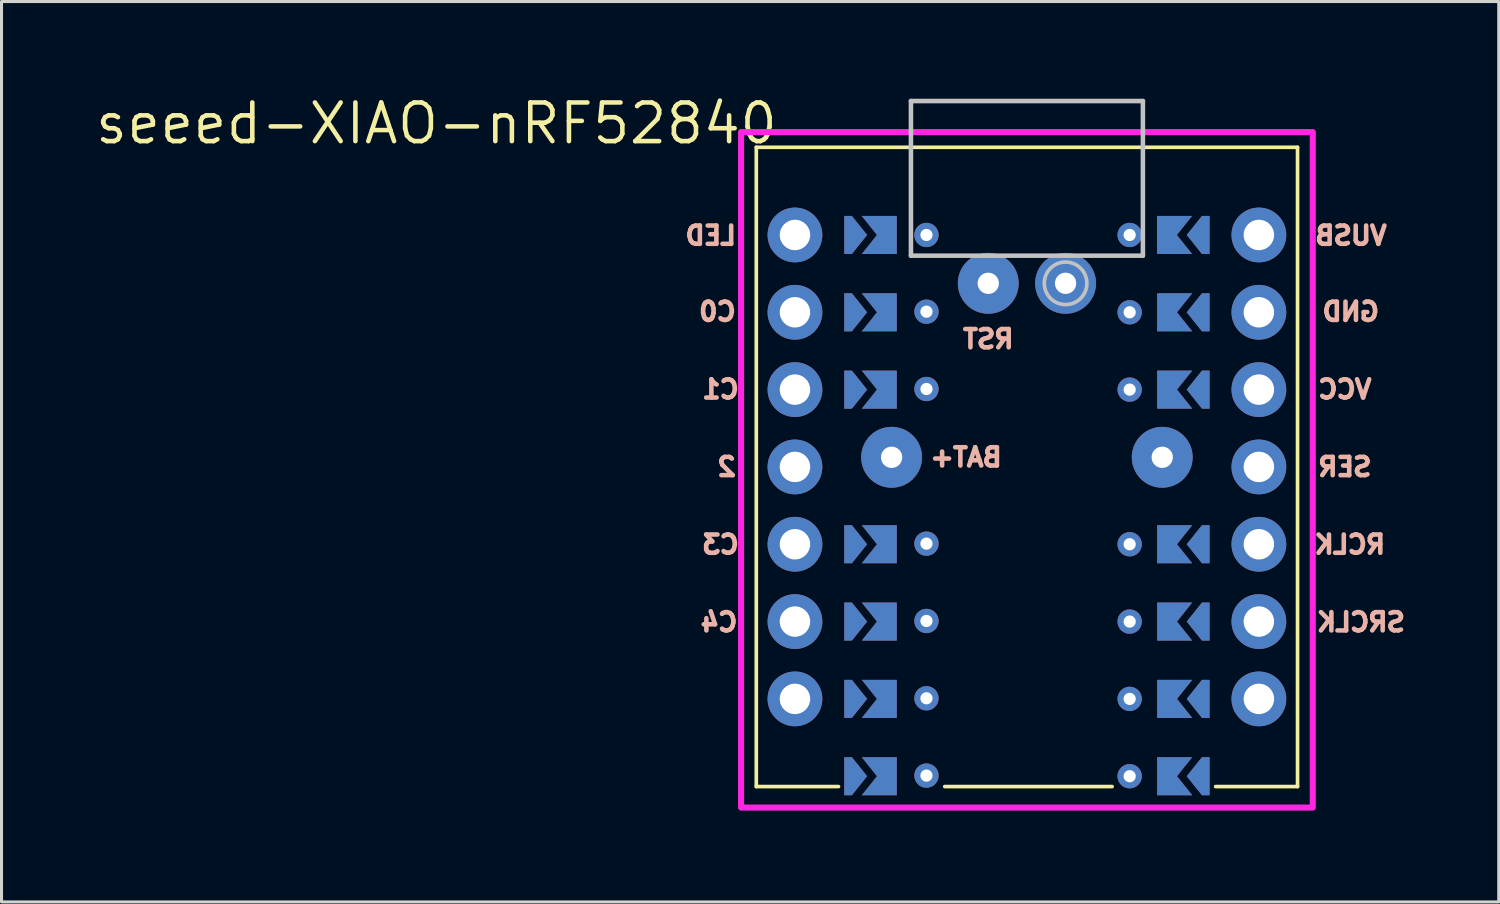
<source format=kicad_pcb>
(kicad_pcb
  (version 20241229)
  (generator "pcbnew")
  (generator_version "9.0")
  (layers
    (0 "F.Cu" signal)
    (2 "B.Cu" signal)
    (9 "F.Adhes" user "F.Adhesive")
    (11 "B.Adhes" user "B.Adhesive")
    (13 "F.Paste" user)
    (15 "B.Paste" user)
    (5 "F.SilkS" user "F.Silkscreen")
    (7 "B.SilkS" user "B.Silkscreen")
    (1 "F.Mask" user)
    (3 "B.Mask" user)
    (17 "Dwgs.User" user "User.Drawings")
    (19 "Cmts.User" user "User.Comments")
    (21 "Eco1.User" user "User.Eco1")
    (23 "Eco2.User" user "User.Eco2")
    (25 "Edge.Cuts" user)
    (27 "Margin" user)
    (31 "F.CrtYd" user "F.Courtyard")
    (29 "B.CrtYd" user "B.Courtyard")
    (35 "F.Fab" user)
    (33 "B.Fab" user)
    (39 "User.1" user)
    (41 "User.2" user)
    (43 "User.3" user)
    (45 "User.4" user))
  (footprint "seeed-XIAO-nRF52840"
    (layer "F.Cu")
    (at 30.685 12.289)
    (property "Reference" "seeed-XIAO-nRF52840" (at -19.399 -11.283 0) (layer "F.SilkS") (effects (font (size 1.27 1.27) (thickness 0.15))))
    (attr through_hole)
    (fp_line (start -8.89 -10.5) (end 8.89 -10.5) (stroke (width 0.12) (type solid)) (layer "F.SilkS"))
    (fp_line (start -8.89 10.5) (end -8.89 -10.5) (stroke (width 0.12) (type solid)) (layer "F.SilkS"))
    (fp_line (start -6.19 10.5) (end -8.89 10.5) (stroke (width 0.12) (type solid)) (layer "F.SilkS"))
    (fp_line (start 2.8 10.5) (end -2.7 10.5) (stroke (width 0.12) (type solid)) (layer "F.SilkS"))
    (fp_line (start 8.89 -10.5) (end 8.89 10.5) (stroke (width 0.12) (type solid)) (layer "F.SilkS"))
    (fp_line (start 8.89 10.5) (end 6.2 10.5) (stroke (width 0.12) (type solid)) (layer "F.SilkS"))
    (fp_line (start -3.81 -12.02) (end -3.81 -6.94) (stroke (width 0.15) (type solid)) (layer "Dwgs.User"))
    (fp_line (start -3.81 -6.94) (end 3.81 -6.94) (stroke (width 0.15) (type solid)) (layer "Dwgs.User"))
    (fp_line (start 3.81 -12.02) (end -3.81 -12.02) (stroke (width 0.15) (type solid)) (layer "Dwgs.User"))
    (fp_line (start 3.81 -6.94) (end 3.81 -12.02) (stroke (width 0.15) (type solid)) (layer "Dwgs.User"))
    (fp_circle (center 1.27 -6.032) (end 1.27 -5.333) (stroke (width 0.12) (type solid)) (fill no) (layer "Dwgs.User"))
    (fp_rect (start -9.39 -11) (end 9.39 11.19) (stroke (width 0.2) (type solid)) (fill no) (layer "F.CrtYd"))
    (fp_text user "BAT+" (at -2 -0.317 0) (layer "B.SilkS") (effects (font (size 0.6 0.6) (thickness 0.15)) (justify mirror)))
    (fp_text user "RCLK" (at 11.85 2.55 0) (layer "B.SilkS") (effects (font (size 0.6 0.6) (thickness 0.15)) (justify left mirror)))
    (fp_text user "C3" (at -10.75 2.55 0) (layer "B.SilkS") (effects (font (size 0.6 0.6) (thickness 0.15)) (justify right mirror)))
    (fp_text user "RST" (at -1.27 -4.2 0) (layer "B.SilkS") (effects (font (size 0.6 0.6) (thickness 0.15)) (justify mirror)))
    (fp_text user "C4" (at -10.8 5.1 0) (layer "B.SilkS") (effects (font (size 0.6 0.6) (thickness 0.15)) (justify right mirror)))
    (fp_text user "2" (at -10.25 0 0) (layer "B.SilkS") (effects (font (size 0.6 0.6) (thickness 0.15)) (justify right mirror)))
    (fp_text user "VCC" (at 11.4 -2.55 0) (layer "B.SilkS") (effects (font (size 0.6 0.6) (thickness 0.15)) (justify left mirror)))
    (fp_text user "C1" (at -10.75 -2.55 0) (layer "B.SilkS") (effects (font (size 0.6 0.6) (thickness 0.15)) (justify right mirror)))
    (fp_text user "SER" (at 11.4 0 0) (layer "B.SilkS") (effects (font (size 0.6 0.6) (thickness 0.15)) (justify left mirror)))
    (fp_text user "C0" (at -10.85 -5.1 0) (layer "B.SilkS") (effects (font (size 0.6 0.6) (thickness 0.15)) (justify right mirror)))
    (fp_text user "LED" (at -11.3 -7.6 0) (layer "B.SilkS") (effects (font (size 0.6 0.6) (thickness 0.15)) (justify right mirror)))
    (fp_text user "SRCLK" (at 12.5 5.1 0) (layer "B.SilkS") (effects (font (size 0.6 0.6) (thickness 0.15)) (justify left mirror)))
    (fp_text user "GND" (at 11.65 -5.1 0) (layer "B.SilkS") (effects (font (size 0.6 0.6) (thickness 0.15)) (justify left mirror)))
    (fp_text user "VUSB" (at 11.9 -7.6 0) (layer "B.SilkS") (effects (font (size 0.6 0.6) (thickness 0.15)) (justify left mirror)))
    (pad "1" thru_hole circle (at -7.62 -7.62) (size 1.8 1.8) (drill 1) (layers "*.Cu" "*.Mask"))
    (pad "1" smd custom (at -4.775 -7.62) (size 0.2 0.2) (layers "B.Cu" "B.Mask") (options (anchor rect)) (primitives (gr_poly (pts (xy -0.65 0.625) (xy 0.5 0.625) (xy 0.5 -0.625) (xy -0.65 -0.625) (xy -0.15 0)) (width 0) (fill yes))))
    (pad "1" smd custom (at -4.775 -5.08) (size 0.2 0.2) (layers "B.Cu" "B.Mask") (options (anchor rect)) (primitives (gr_poly (pts (xy -0.65 0.625) (xy 0.5 0.625) (xy 0.5 -0.625) (xy -0.65 -0.625) (xy -0.15 0)) (width 0) (fill yes))))
    (pad "1" smd custom (at -4.775 -2.54) (size 0.2 0.2) (layers "B.Cu" "B.Mask") (options (anchor rect)) (primitives (gr_poly (pts (xy -0.65 0.625) (xy 0.5 0.625) (xy 0.5 -0.625) (xy -0.65 -0.625) (xy -0.15 0)) (width 0) (fill yes))))
    (pad "1" smd custom (at -4.775 2.54) (size 0.2 0.2) (layers "B.Cu" "B.Mask") (options (anchor rect)) (primitives (gr_poly (pts (xy -0.65 0.625) (xy 0.5 0.625) (xy 0.5 -0.625) (xy -0.65 -0.625) (xy -0.15 0)) (width 0) (fill yes))))
    (pad "1" smd custom (at -4.775 5.08) (size 0.2 0.2) (layers "B.Cu" "B.Mask") (options (anchor rect)) (primitives (gr_poly (pts (xy -0.65 0.625) (xy 0.5 0.625) (xy 0.5 -0.625) (xy -0.65 -0.625) (xy -0.15 0)) (width 0) (fill yes))))
    (pad "1" smd custom (at -4.775 7.62) (size 0.2 0.2) (layers "B.Cu" "B.Mask") (options (anchor rect)) (primitives (gr_poly (pts (xy -0.65 0.625) (xy 0.5 0.625) (xy 0.5 -0.625) (xy -0.65 -0.625) (xy -0.15 0)) (width 0) (fill yes))))
    (pad "1" smd custom (at -4.775 10.16) (size 0.2 0.2) (layers "B.Cu" "B.Mask") (options (anchor rect)) (primitives (gr_poly (pts (xy -0.65 0.625) (xy 0.5 0.625) (xy 0.5 -0.625) (xy -0.65 -0.625) (xy -0.15 0)) (width 0) (fill yes))))
    (pad "1" smd custom (at 4.775 -7.62 180) (size 0.2 0.2) (layers "B.Cu" "B.Mask") (options (anchor rect)) (primitives (gr_poly (pts (xy -0.65 0.625) (xy 0.5 0.625) (xy 0.5 -0.625) (xy -0.65 -0.625) (xy -0.15 0)) (width 0) (fill yes))))
    (pad "1" smd custom (at 4.78 -5.08 180) (size 0.2 0.2) (layers "B.Cu" "B.Mask") (options (anchor rect)) (primitives (gr_poly (pts (xy -0.65 0.625) (xy 0.5 0.625) (xy 0.5 -0.625) (xy -0.65 -0.625) (xy -0.15 0)) (width 0) (fill yes))))
    (pad "1" smd custom (at 4.78 -2.54 180) (size 0.2 0.2) (layers "B.Cu" "B.Mask") (options (anchor rect)) (primitives (gr_poly (pts (xy -0.65 0.625) (xy 0.5 0.625) (xy 0.5 -0.625) (xy -0.65 -0.625) (xy -0.15 0)) (width 0) (fill yes))))
    (pad "1" smd custom (at 4.78 2.54 180) (size 0.2 0.2) (layers "B.Cu" "B.Mask") (options (anchor rect)) (primitives (gr_poly (pts (xy -0.65 0.625) (xy 0.5 0.625) (xy 0.5 -0.625) (xy -0.65 -0.625) (xy -0.15 0)) (width 0) (fill yes))))
    (pad "1" smd custom (at 4.78 5.08 180) (size 0.2 0.2) (layers "B.Cu" "B.Mask") (options (anchor rect)) (primitives (gr_poly (pts (xy -0.65 0.625) (xy 0.5 0.625) (xy 0.5 -0.625) (xy -0.65 -0.625) (xy -0.15 0)) (width 0) (fill yes))))
    (pad "1" smd custom (at 4.78 7.62 180) (size 0.2 0.2) (layers "B.Cu" "B.Mask") (options (anchor rect)) (primitives (gr_poly (pts (xy -0.65 0.625) (xy 0.5 0.625) (xy 0.5 -0.625) (xy -0.65 -0.625) (xy -0.15 0)) (width 0) (fill yes))))
    (pad "1" smd custom (at 4.78 10.16 180) (size 0.2 0.2) (layers "B.Cu" "B.Mask") (options (anchor rect)) (primitives (gr_poly (pts (xy -0.65 0.625) (xy 0.5 0.625) (xy 0.5 -0.625) (xy -0.65 -0.625) (xy -0.15 0)) (width 0) (fill yes))))
    (pad "2" thru_hole circle (at -7.62 -5.08) (size 1.8 1.8) (drill 1) (layers "*.Cu" "*.Mask"))
    (pad "3" thru_hole circle (at -7.62 -2.54) (size 1.8 1.8) (drill 1) (layers "*.Cu" "*.Mask"))
    (pad "4" thru_hole circle (at -7.62 0) (size 1.8 1.8) (drill 1) (layers "*.Cu" "*.Mask"))
    (pad "5" thru_hole circle (at -7.62 2.54) (size 1.8 1.8) (drill 1) (layers "*.Cu" "*.Mask"))
    (pad "6" thru_hole circle (at -7.62 5.08) (size 1.8 1.8) (drill 1) (layers "*.Cu" "*.Mask"))
    (pad "7" thru_hole circle (at -7.62 7.62) (size 1.8 1.8) (drill 1) (layers "*.Cu" "*.Mask"))
    (pad "8" thru_hole circle (at 7.62 7.62 180) (size 1.8 1.8) (drill 1) (layers "*.Cu" "*.Mask"))
    (pad "9" thru_hole circle (at 7.62 5.08 180) (size 1.8 1.8) (drill 1) (layers "*.Cu" "*.Mask"))
    (pad "10" thru_hole circle (at 7.62 2.54 180) (size 1.8 1.8) (drill 1) (layers "*.Cu" "*.Mask"))
    (pad "11" thru_hole circle (at 7.62 0 180) (size 1.8 1.8) (drill 1) (layers "*.Cu" "*.Mask"))
    (pad "12" thru_hole circle (at 7.62 -2.54 180) (size 1.8 1.8) (drill 1) (layers "*.Cu" "*.Mask"))
    (pad "13" thru_hole circle (at 7.62 -5.08 180) (size 1.8 1.8) (drill 1) (layers "*.Cu" "*.Mask"))
    (pad "14" thru_hole circle (at 7.62 -7.62 180) (size 1.8 1.8) (drill 1) (layers "*.Cu" "*.Mask"))
    (pad "17" thru_hole circle (at -1.27 -6.032 90) (size 2 2) (drill 0.7) (layers "*.Cu" "*.Mask"))
    (pad "17" thru_hole circle (at 1.27 -6.032 90) (size 2 2) (drill 0.7) (layers "*.Cu" "*.Mask"))
    (pad "19" thru_hole circle (at -4.445 -0.317 180) (size 2 2) (drill 0.7) (layers "*.Cu" "*.Mask"))
    (pad "19" thru_hole circle (at 4.445 -0.317 180) (size 2 2) (drill 0.7) (layers "*.Cu" "*.Mask"))
    (pad "20" thru_hole circle (at -3.3 -7.62 180) (size 0.8 0.8) (drill 0.4) (layers "*.Cu" "*.Mask"))
    (pad "20" thru_hole circle (at -3.3 -5.1 180) (size 0.8 0.8) (drill 0.4) (layers "*.Cu" "*.Mask"))
    (pad "20" thru_hole circle (at -3.3 -2.56 180) (size 0.8 0.8) (drill 0.4) (layers "*.Cu" "*.Mask"))
    (pad "20" thru_hole circle (at -3.3 2.52 180) (size 0.8 0.8) (drill 0.4) (layers "*.Cu" "*.Mask"))
    (pad "20" thru_hole circle (at -3.3 5.06 180) (size 0.8 0.8) (drill 0.4) (layers "*.Cu" "*.Mask"))
    (pad "20" thru_hole circle (at -3.3 7.6 180) (size 0.8 0.8) (drill 0.4) (layers "*.Cu" "*.Mask"))
    (pad "20" thru_hole circle (at -3.3 10.14 180) (size 0.8 0.8) (drill 0.4) (layers "*.Cu" "*.Mask"))
    (pad "20" thru_hole circle (at 3.375 -7.62) (size 0.8 0.8) (drill 0.4) (layers "*.Cu" "*.Mask"))
    (pad "20" thru_hole circle (at 3.375 -5.08) (size 0.8 0.8) (drill 0.4) (layers "*.Cu" "*.Mask"))
    (pad "20" thru_hole circle (at 3.375 -2.54) (size 0.8 0.8) (drill 0.4) (layers "*.Cu" "*.Mask"))
    (pad "20" thru_hole circle (at 3.375 2.54) (size 0.8 0.8) (drill 0.4) (layers "*.Cu" "*.Mask"))
    (pad "20" thru_hole circle (at 3.375 5.08) (size 0.8 0.8) (drill 0.4) (layers "*.Cu" "*.Mask"))
    (pad "20" thru_hole circle (at 3.375 7.62) (size 0.8 0.8) (drill 0.4) (layers "*.Cu" "*.Mask"))
    (pad "20" thru_hole circle (at 3.375 10.16) (size 0.8 0.8) (drill 0.4) (layers "*.Cu" "*.Mask"))
    (pad "24" smd custom (at -5.5 -7.62) (size 0.2 0.2) (layers "F.Cu" "F.Mask") (options (anchor rect)) (primitives (gr_poly (pts (xy -0.5 -0.625) (xy -0.25 -0.625) (xy 0.25 0) (xy -0.25 0.625) (xy -0.5 0.625)) (width 0) (fill yes))))
    (pad "24" smd custom (at -5.5 -7.62) (size 0.2 0.2) (layers "B.Cu" "B.Mask") (options (anchor rect)) (primitives (gr_poly (pts (xy -0.5 0.625) (xy -0.25 0.625) (xy 0.25 0) (xy -0.25 -0.625) (xy -0.5 -0.625)) (width 0) (fill yes))))
    (pad "24" smd custom (at -5.5 -5.08) (size 0.2 0.2) (layers "F.Cu" "F.Mask") (options (anchor rect)) (primitives (gr_poly (pts (xy -0.5 -0.625) (xy -0.25 -0.625) (xy 0.25 0) (xy -0.25 0.625) (xy -0.5 0.625)) (width 0) (fill yes))))
    (pad "24" smd custom (at -5.5 -5.08) (size 0.2 0.2) (layers "B.Cu" "B.Mask") (options (anchor rect)) (primitives (gr_poly (pts (xy -0.5 0.625) (xy -0.25 0.625) (xy 0.25 0) (xy -0.25 -0.625) (xy -0.5 -0.625)) (width 0) (fill yes))))
    (pad "24" smd custom (at -5.5 -2.54) (size 0.2 0.2) (layers "F.Cu" "F.Mask") (options (anchor rect)) (primitives (gr_poly (pts (xy -0.5 -0.625) (xy -0.25 -0.625) (xy 0.25 0) (xy -0.25 0.625) (xy -0.5 0.625)) (width 0) (fill yes))))
    (pad "24" smd custom (at -5.5 -2.54) (size 0.2 0.2) (layers "B.Cu" "B.Mask") (options (anchor rect)) (primitives (gr_poly (pts (xy -0.5 0.625) (xy -0.25 0.625) (xy 0.25 0) (xy -0.25 -0.625) (xy -0.5 -0.625)) (width 0) (fill yes))))
    (pad "24" smd custom (at -5.5 2.54) (size 0.2 0.2) (layers "F.Cu" "F.Mask") (options (anchor rect)) (primitives (gr_poly (pts (xy -0.5 -0.625) (xy -0.25 -0.625) (xy 0.25 0) (xy -0.25 0.625) (xy -0.5 0.625)) (width 0) (fill yes))))
    (pad "24" smd custom (at -5.5 2.54) (size 0.2 0.2) (layers "B.Cu" "B.Mask") (options (anchor rect)) (primitives (gr_poly (pts (xy -0.5 0.625) (xy -0.25 0.625) (xy 0.25 0) (xy -0.25 -0.625) (xy -0.5 -0.625)) (width 0) (fill yes))))
    (pad "24" smd custom (at -5.5 5.08) (size 0.2 0.2) (layers "F.Cu" "F.Mask") (options (anchor rect)) (primitives (gr_poly (pts (xy -0.5 -0.625) (xy -0.25 -0.625) (xy 0.25 0) (xy -0.25 0.625) (xy -0.5 0.625)) (width 0) (fill yes))))
    (pad "24" smd custom (at -5.5 5.08) (size 0.2 0.2) (layers "B.Cu" "B.Mask") (options (anchor rect)) (primitives (gr_poly (pts (xy -0.5 0.625) (xy -0.25 0.625) (xy 0.25 0) (xy -0.25 -0.625) (xy -0.5 -0.625)) (width 0) (fill yes))))
    (pad "24" smd custom (at -5.5 7.62) (size 0.2 0.2) (layers "F.Cu" "F.Mask") (options (anchor rect)) (primitives (gr_poly (pts (xy -0.5 -0.625) (xy -0.25 -0.625) (xy 0.25 0) (xy -0.25 0.625) (xy -0.5 0.625)) (width 0) (fill yes))))
    (pad "24" smd custom (at -5.5 7.62) (size 0.2 0.2) (layers "B.Cu" "B.Mask") (options (anchor rect)) (primitives (gr_poly (pts (xy -0.5 0.625) (xy -0.25 0.625) (xy 0.25 0) (xy -0.25 -0.625) (xy -0.5 -0.625)) (width 0) (fill yes))))
    (pad "24" smd custom (at -5.5 10.16) (size 0.2 0.2) (layers "F.Cu" "F.Mask") (options (anchor rect)) (primitives (gr_poly (pts (xy -0.5 -0.625) (xy -0.25 -0.625) (xy 0.25 0) (xy -0.25 0.625) (xy -0.5 0.625)) (width 0) (fill yes))))
    (pad "24" smd custom (at -5.5 10.16) (size 0.2 0.2) (layers "B.Cu" "B.Mask") (options (anchor rect)) (primitives (gr_poly (pts (xy -0.5 0.625) (xy -0.25 0.625) (xy 0.25 0) (xy -0.25 -0.625) (xy -0.5 -0.625)) (width 0) (fill yes))))
    (pad "24" smd custom (at 5.5 -7.62 180) (size 0.2 0.2) (layers "F.Cu" "F.Mask") (options (anchor rect)) (primitives (gr_poly (pts (xy -0.5 -0.625) (xy -0.25 -0.625) (xy 0.25 0) (xy -0.25 0.625) (xy -0.5 0.625)) (width 0) (fill yes))))
    (pad "24" smd custom (at 5.5 -7.62 180) (size 0.2 0.2) (layers "B.Cu" "B.Mask") (options (anchor rect)) (primitives (gr_poly (pts (xy -0.5 0.625) (xy -0.25 0.625) (xy 0.25 0) (xy -0.25 -0.625) (xy -0.5 -0.625)) (width 0) (fill yes))))
    (pad "24" smd custom (at 5.5 -5.08 180) (size 0.2 0.2) (layers "F.Cu" "F.Mask") (options (anchor rect)) (primitives (gr_poly (pts (xy -0.5 -0.625) (xy -0.25 -0.625) (xy 0.25 0) (xy -0.25 0.625) (xy -0.5 0.625)) (width 0) (fill yes))))
    (pad "24" smd custom (at 5.5 -5.08 180) (size 0.2 0.2) (layers "B.Cu" "B.Mask") (options (anchor rect)) (primitives (gr_poly (pts (xy -0.5 0.625) (xy -0.25 0.625) (xy 0.25 0) (xy -0.25 -0.625) (xy -0.5 -0.625)) (width 0) (fill yes))))
    (pad "24" smd custom (at 5.5 -2.54 180) (size 0.2 0.2) (layers "F.Cu" "F.Mask") (options (anchor rect)) (primitives (gr_poly (pts (xy -0.5 -0.625) (xy -0.25 -0.625) (xy 0.25 0) (xy -0.25 0.625) (xy -0.5 0.625)) (width 0) (fill yes))))
    (pad "24" smd custom (at 5.5 -2.54 180) (size 0.2 0.2) (layers "B.Cu" "B.Mask") (options (anchor rect)) (primitives (gr_poly (pts (xy -0.5 0.625) (xy -0.25 0.625) (xy 0.25 0) (xy -0.25 -0.625) (xy -0.5 -0.625)) (width 0) (fill yes))))
    (pad "24" smd custom (at 5.5 2.54 180) (size 0.2 0.2) (layers "F.Cu" "F.Mask") (options (anchor rect)) (primitives (gr_poly (pts (xy -0.5 -0.625) (xy -0.25 -0.625) (xy 0.25 0) (xy -0.25 0.625) (xy -0.5 0.625)) (width 0) (fill yes))))
    (pad "24" smd custom (at 5.5 2.54 180) (size 0.2 0.2) (layers "B.Cu" "B.Mask") (options (anchor rect)) (primitives (gr_poly (pts (xy -0.5 0.625) (xy -0.25 0.625) (xy 0.25 0) (xy -0.25 -0.625) (xy -0.5 -0.625)) (width 0) (fill yes))))
    (pad "24" smd custom (at 5.5 5.08 180) (size 0.2 0.2) (layers "F.Cu" "F.Mask") (options (anchor rect)) (primitives (gr_poly (pts (xy -0.5 -0.625) (xy -0.25 -0.625) (xy 0.25 0) (xy -0.25 0.625) (xy -0.5 0.625)) (width 0) (fill yes))))
    (pad "24" smd custom (at 5.5 5.08 180) (size 0.2 0.2) (layers "B.Cu" "B.Mask") (options (anchor rect)) (primitives (gr_poly (pts (xy -0.5 0.625) (xy -0.25 0.625) (xy 0.25 0) (xy -0.25 -0.625) (xy -0.5 -0.625)) (width 0) (fill yes))))
    (pad "24" smd custom (at 5.5 7.62 180) (size 0.2 0.2) (layers "F.Cu" "F.Mask") (options (anchor rect)) (primitives (gr_poly (pts (xy -0.5 -0.625) (xy -0.25 -0.625) (xy 0.25 0) (xy -0.25 0.625) (xy -0.5 0.625)) (width 0) (fill yes))))
    (pad "24" smd custom (at 5.5 7.62 180) (size 0.2 0.2) (layers "B.Cu" "B.Mask") (options (anchor rect)) (primitives (gr_poly (pts (xy -0.5 0.625) (xy -0.25 0.625) (xy 0.25 0) (xy -0.25 -0.625) (xy -0.5 -0.625)) (width 0) (fill yes))))
    (pad "24" smd custom (at 5.5 10.16 180) (size 0.2 0.2) (layers "F.Cu" "F.Mask") (options (anchor rect)) (primitives (gr_poly (pts (xy -0.5 -0.625) (xy -0.25 -0.625) (xy 0.25 0) (xy -0.25 0.625) (xy -0.5 0.625)) (width 0) (fill yes))))
    (pad "24" smd custom (at 5.5 10.16 180) (size 0.2 0.2) (layers "B.Cu" "B.Mask") (options (anchor rect)) (primitives (gr_poly (pts (xy -0.5 0.625) (xy -0.25 0.625) (xy 0.25 0) (xy -0.25 -0.625) (xy -0.5 -0.625)) (width 0) (fill yes))))
    (pad "124" smd custom (at -4.775 -7.62) (size 0.2 0.2) (layers "F.Cu" "F.Mask") (options (anchor rect)) (primitives (gr_poly (pts (xy -0.65 -0.625) (xy 0.5 -0.625) (xy 0.5 0.625) (xy -0.65 0.625) (xy -0.15 0)) (width 0) (fill yes))))
    (pad "124" smd custom (at -4.775 -5.08) (size 0.2 0.2) (layers "F.Cu" "F.Mask") (options (anchor rect)) (primitives (gr_poly (pts (xy -0.65 -0.625) (xy 0.5 -0.625) (xy 0.5 0.625) (xy -0.65 0.625) (xy -0.15 0)) (width 0) (fill yes))))
    (pad "124" smd custom (at -4.775 -2.54) (size 0.2 0.2) (layers "F.Cu" "F.Mask") (options (anchor rect)) (primitives (gr_poly (pts (xy -0.65 -0.625) (xy 0.5 -0.625) (xy 0.5 0.625) (xy -0.65 0.625) (xy -0.15 0)) (width 0) (fill yes))))
    (pad "124" smd custom (at -4.775 2.54) (size 0.2 0.2) (layers "F.Cu" "F.Mask") (options (anchor rect)) (primitives (gr_poly (pts (xy -0.65 -0.625) (xy 0.5 -0.625) (xy 0.5 0.625) (xy -0.65 0.625) (xy -0.15 0)) (width 0) (fill yes))))
    (pad "124" smd custom (at -4.775 5.08) (size 0.2 0.2) (layers "F.Cu" "F.Mask") (options (anchor rect)) (primitives (gr_poly (pts (xy -0.65 -0.625) (xy 0.5 -0.625) (xy 0.5 0.625) (xy -0.65 0.625) (xy -0.15 0)) (width 0) (fill yes))))
    (pad "124" smd custom (at -4.775 7.62) (size 0.2 0.2) (layers "F.Cu" "F.Mask") (options (anchor rect)) (primitives (gr_poly (pts (xy -0.65 -0.625) (xy 0.5 -0.625) (xy 0.5 0.625) (xy -0.65 0.625) (xy -0.15 0)) (width 0) (fill yes))))
    (pad "124" smd custom (at -4.775 10.16) (size 0.2 0.2) (layers "F.Cu" "F.Mask") (options (anchor rect)) (primitives (gr_poly (pts (xy -0.65 -0.625) (xy 0.5 -0.625) (xy 0.5 0.625) (xy -0.65 0.625) (xy -0.15 0)) (width 0) (fill yes))))
    (pad "124" smd custom (at 4.775 -7.62 180) (size 0.2 0.2) (layers "F.Cu" "F.Mask") (options (anchor rect)) (primitives (gr_poly (pts (xy -0.65 -0.625) (xy 0.5 -0.625) (xy 0.5 0.625) (xy -0.65 0.625) (xy -0.15 0)) (width 0) (fill yes))))
    (pad "124" smd custom (at 4.78 -5.08 180) (size 0.2 0.2) (layers "F.Cu" "F.Mask") (options (anchor rect)) (primitives (gr_poly (pts (xy -0.65 -0.625) (xy 0.5 -0.625) (xy 0.5 0.625) (xy -0.65 0.625) (xy -0.15 0)) (width 0) (fill yes))))
    (pad "124" smd custom (at 4.78 -2.54 180) (size 0.2 0.2) (layers "F.Cu" "F.Mask") (options (anchor rect)) (primitives (gr_poly (pts (xy -0.65 -0.625) (xy 0.5 -0.625) (xy 0.5 0.625) (xy -0.65 0.625) (xy -0.15 0)) (width 0) (fill yes))))
    (pad "124" smd custom (at 4.78 2.54 180) (size 0.2 0.2) (layers "F.Cu" "F.Mask") (options (anchor rect)) (primitives (gr_poly (pts (xy -0.65 -0.625) (xy 0.5 -0.625) (xy 0.5 0.625) (xy -0.65 0.625) (xy -0.15 0)) (width 0) (fill yes))))
    (pad "124" smd custom (at 4.78 5.08 180) (size 0.2 0.2) (layers "F.Cu" "F.Mask") (options (anchor rect)) (primitives (gr_poly (pts (xy -0.65 -0.625) (xy 0.5 -0.625) (xy 0.5 0.625) (xy -0.65 0.625) (xy -0.15 0)) (width 0) (fill yes))))
    (pad "124" smd custom (at 4.78 7.62 180) (size 0.2 0.2) (layers "F.Cu" "F.Mask") (options (anchor rect)) (primitives (gr_poly (pts (xy -0.65 -0.625) (xy 0.5 -0.625) (xy 0.5 0.625) (xy -0.65 0.625) (xy -0.15 0)) (width 0) (fill yes))))
    (pad "124" smd custom (at 4.78 10.16 180) (size 0.2 0.2) (layers "F.Cu" "F.Mask") (options (anchor rect)) (primitives (gr_poly (pts (xy -0.65 -0.625) (xy 0.5 -0.625) (xy 0.5 0.625) (xy -0.65 0.625) (xy -0.15 0)) (width 0) (fill yes)))))
  (gr_rect
    (start -3 -3)
    (end 46.185 26.579)
    (stroke (width 0.1) (type default))
    (fill no)
    (layer "Edge.Cuts")))
</source>
